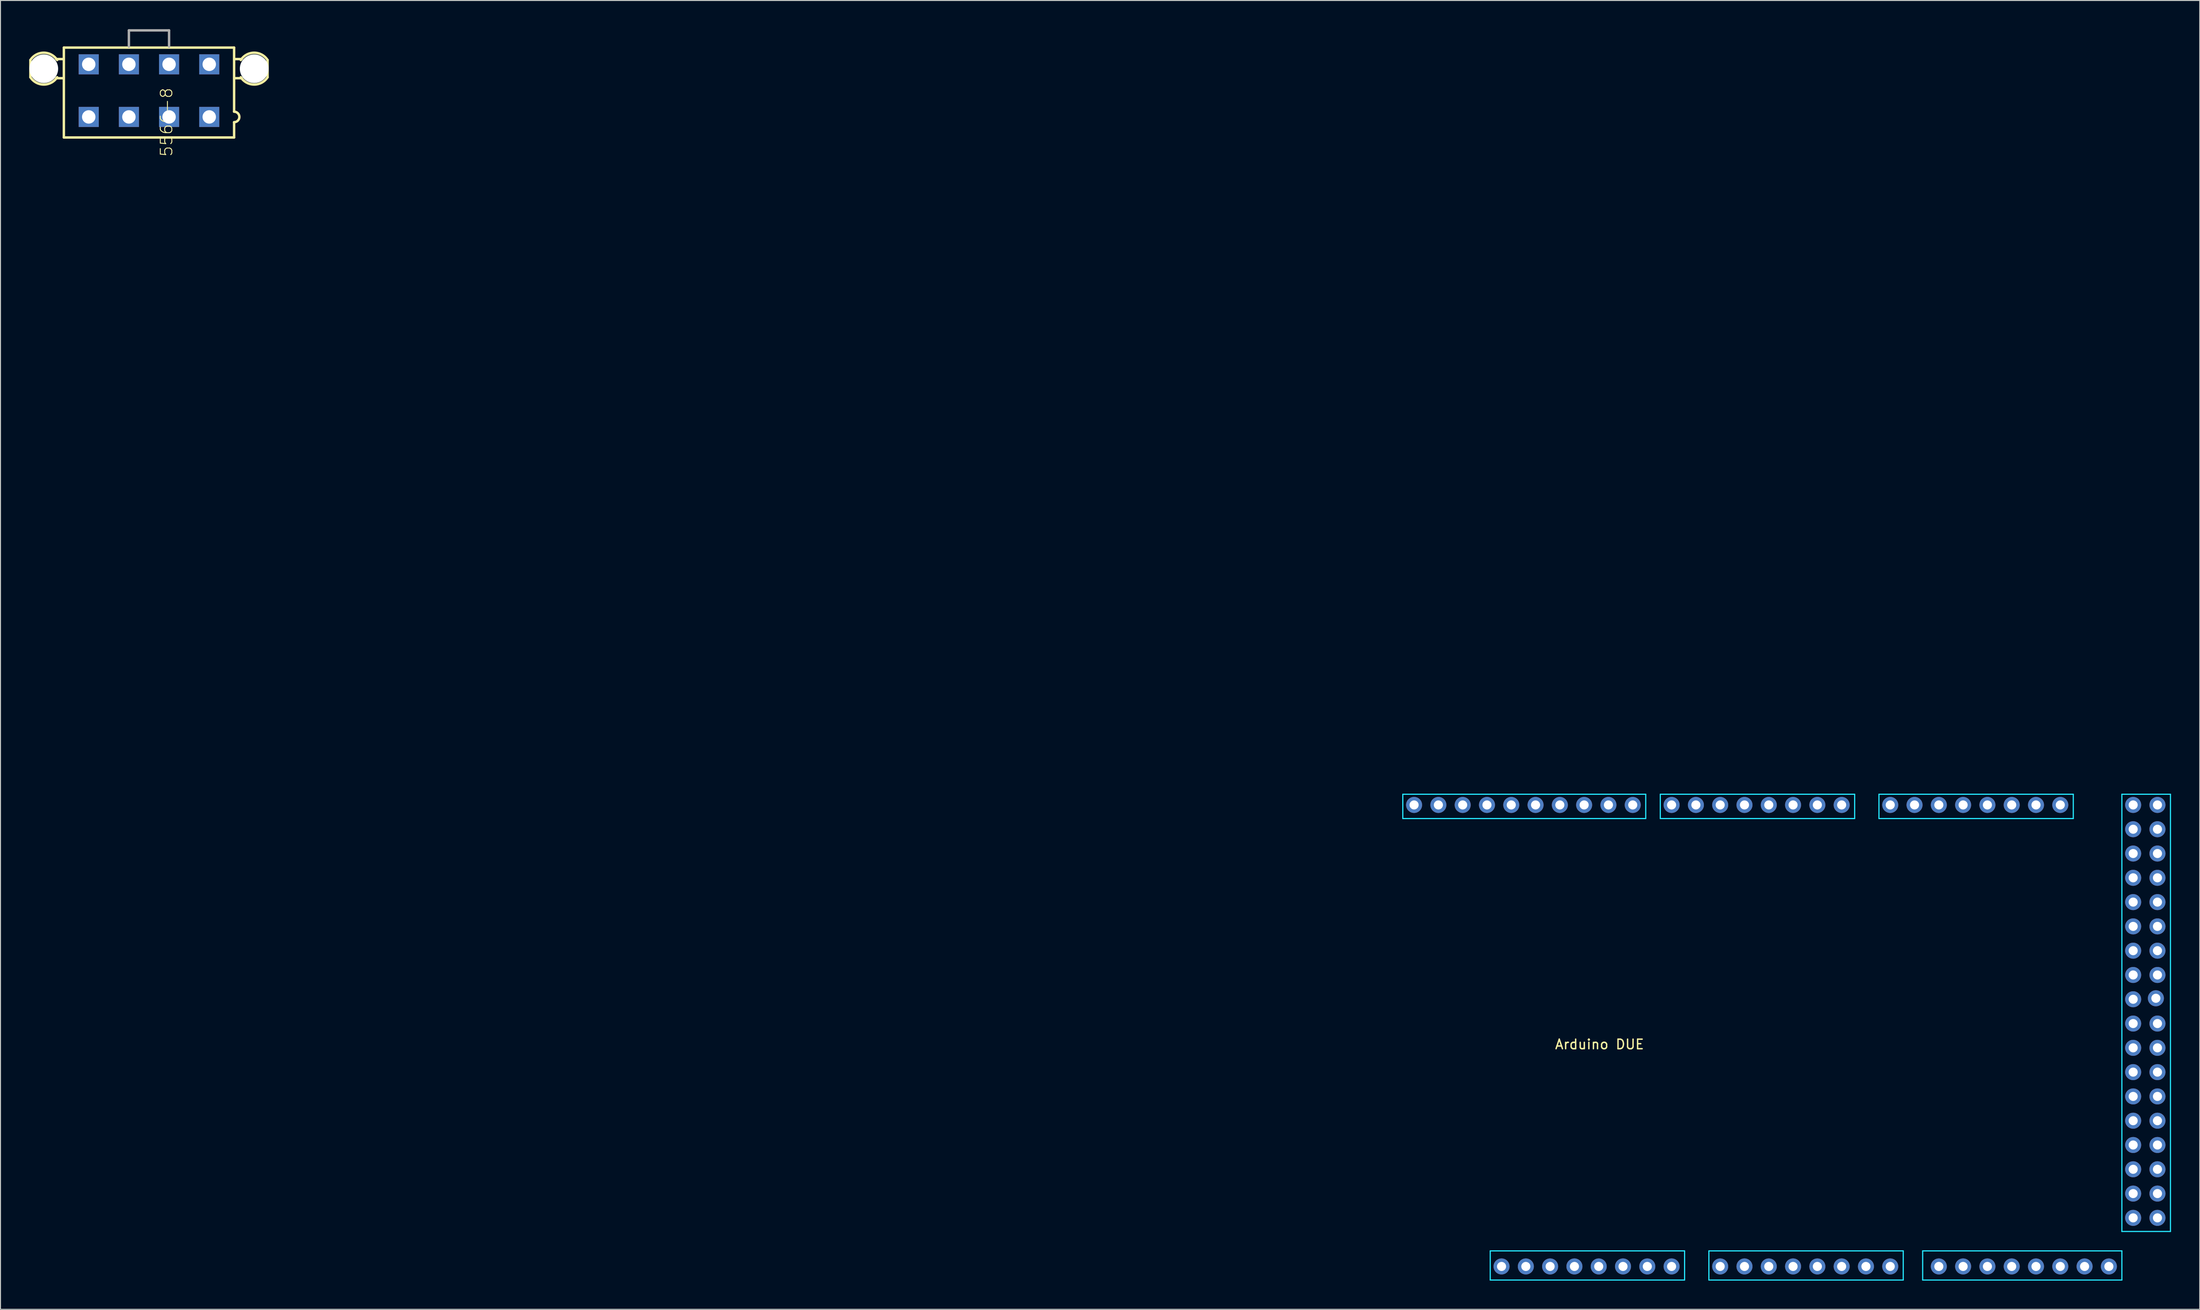
<source format=kicad_pcb>
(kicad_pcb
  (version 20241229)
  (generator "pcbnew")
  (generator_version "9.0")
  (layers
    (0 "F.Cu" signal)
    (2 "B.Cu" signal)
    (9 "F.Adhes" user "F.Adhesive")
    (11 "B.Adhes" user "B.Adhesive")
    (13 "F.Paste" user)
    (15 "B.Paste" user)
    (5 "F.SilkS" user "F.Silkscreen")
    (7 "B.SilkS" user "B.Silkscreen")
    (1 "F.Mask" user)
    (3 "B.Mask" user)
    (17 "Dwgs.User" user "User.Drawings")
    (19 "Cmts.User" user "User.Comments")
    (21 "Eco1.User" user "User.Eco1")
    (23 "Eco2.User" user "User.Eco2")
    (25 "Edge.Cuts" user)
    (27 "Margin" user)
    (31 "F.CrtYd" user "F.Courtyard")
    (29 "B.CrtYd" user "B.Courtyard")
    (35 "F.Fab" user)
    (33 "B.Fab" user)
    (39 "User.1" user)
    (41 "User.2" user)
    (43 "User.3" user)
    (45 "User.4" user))
  (footprint "Arduino DUE"
    (layer "F.Cu")
    (at 28.304 0.25)
    (property "Reference" "Arduino DUE" (at 135.89 105.91 0) (layer "F.SilkS") (effects (font (size 1 1) (thickness 0.15))))
    (attr through_hole)
    (fp_line (start 115.316 79.756) (end 140.716 79.756) (stroke (width 0.12) (type solid)) (layer "B.CrtYd"))
    (fp_line (start 115.316 82.296) (end 115.316 79.756) (stroke (width 0.12) (type solid)) (layer "B.CrtYd"))
    (fp_line (start 124.46 127.508) (end 144.78 127.508) (stroke (width 0.12) (type solid)) (layer "B.CrtYd"))
    (fp_line (start 124.46 130.556) (end 124.46 127.508) (stroke (width 0.12) (type solid)) (layer "B.CrtYd"))
    (fp_line (start 140.716 79.756) (end 140.716 82.296) (stroke (width 0.12) (type solid)) (layer "B.CrtYd"))
    (fp_line (start 140.716 82.296) (end 115.316 82.296) (stroke (width 0.12) (type solid)) (layer "B.CrtYd"))
    (fp_line (start 142.24 79.756) (end 162.56 79.756) (stroke (width 0.12) (type solid)) (layer "B.CrtYd"))
    (fp_line (start 142.24 82.296) (end 142.24 79.756) (stroke (width 0.12) (type solid)) (layer "B.CrtYd"))
    (fp_line (start 144.78 127.508) (end 144.78 130.556) (stroke (width 0.12) (type solid)) (layer "B.CrtYd"))
    (fp_line (start 144.78 130.556) (end 124.46 130.556) (stroke (width 0.12) (type solid)) (layer "B.CrtYd"))
    (fp_line (start 147.32 127.508) (end 167.64 127.508) (stroke (width 0.12) (type solid)) (layer "B.CrtYd"))
    (fp_line (start 147.32 130.556) (end 147.32 127.508) (stroke (width 0.12) (type solid)) (layer "B.CrtYd"))
    (fp_line (start 162.56 79.756) (end 162.56 82.296) (stroke (width 0.12) (type solid)) (layer "B.CrtYd"))
    (fp_line (start 162.56 82.296) (end 142.24 82.296) (stroke (width 0.12) (type solid)) (layer "B.CrtYd"))
    (fp_line (start 165.1 79.756) (end 165.1 82.296) (stroke (width 0.12) (type solid)) (layer "B.CrtYd"))
    (fp_line (start 165.1 82.296) (end 185.42 82.296) (stroke (width 0.12) (type solid)) (layer "B.CrtYd"))
    (fp_line (start 167.64 127.508) (end 167.64 130.556) (stroke (width 0.12) (type solid)) (layer "B.CrtYd"))
    (fp_line (start 167.64 130.556) (end 147.32 130.556) (stroke (width 0.12) (type solid)) (layer "B.CrtYd"))
    (fp_line (start 169.672 127.508) (end 190.5 127.508) (stroke (width 0.12) (type solid)) (layer "B.CrtYd"))
    (fp_line (start 169.672 130.556) (end 169.672 127.508) (stroke (width 0.12) (type solid)) (layer "B.CrtYd"))
    (fp_line (start 185.42 79.756) (end 165.1 79.756) (stroke (width 0.12) (type solid)) (layer "B.CrtYd"))
    (fp_line (start 185.42 82.296) (end 185.42 79.756) (stroke (width 0.12) (type solid)) (layer "B.CrtYd"))
    (fp_line (start 190.5 79.756) (end 190.5 125.476) (stroke (width 0.12) (type solid)) (layer "B.CrtYd"))
    (fp_line (start 190.5 125.476) (end 195.58 125.476) (stroke (width 0.12) (type solid)) (layer "B.CrtYd"))
    (fp_line (start 190.5 127.508) (end 190.5 130.556) (stroke (width 0.12) (type solid)) (layer "B.CrtYd"))
    (fp_line (start 190.5 130.556) (end 169.672 130.556) (stroke (width 0.12) (type solid)) (layer "B.CrtYd"))
    (fp_line (start 195.58 79.756) (end 190.5 79.756) (stroke (width 0.12) (type solid)) (layer "B.CrtYd"))
    (fp_line (start 195.58 125.476) (end 195.58 79.756) (stroke (width 0.12) (type solid)) (layer "B.CrtYd"))
    (pad "1" thru_hole circle (at 125.641 129.134 90) (size 1.676 1.676) (drill 0.95) (layers "*.Cu" "*.Mask"))
    (pad "1" thru_hole circle (at 139.357 80.874 90) (size 1.676 1.676) (drill 0.95) (layers "*.Cu" "*.Mask"))
    (pad "1" thru_hole circle (at 148.501 129.134 90) (size 1.676 1.676) (drill 0.95) (layers "*.Cu" "*.Mask"))
    (pad "1" thru_hole circle (at 161.201 80.874 90) (size 1.676 1.676) (drill 0.95) (layers "*.Cu" "*.Mask"))
    (pad "1" thru_hole circle (at 166.281 80.874 90) (size 1.676 1.676) (drill 0.95) (layers "*.Cu" "*.Mask"))
    (pad "1" thru_hole circle (at 171.361 129.134 90) (size 1.676 1.676) (drill 0.95) (layers "*.Cu" "*.Mask"))
    (pad "1" thru_hole circle (at 191.681 80.874 90) (size 1.676 1.676) (drill 0.95) (layers "*.Cu" "*.Mask"))
    (pad "2" thru_hole circle (at 128.181 129.134 90) (size 1.676 1.676) (drill 0.95) (layers "*.Cu" "*.Mask"))
    (pad "2" thru_hole circle (at 136.817 80.874 90) (size 1.676 1.676) (drill 0.95) (layers "*.Cu" "*.Mask"))
    (pad "2" thru_hole circle (at 151.041 129.134 90) (size 1.676 1.676) (drill 0.95) (layers "*.Cu" "*.Mask"))
    (pad "2" thru_hole circle (at 158.661 80.874 90) (size 1.676 1.676) (drill 0.95) (layers "*.Cu" "*.Mask"))
    (pad "2" thru_hole circle (at 168.821 80.874 90) (size 1.676 1.676) (drill 0.95) (layers "*.Cu" "*.Mask"))
    (pad "2" thru_hole circle (at 173.901 129.134 90) (size 1.676 1.676) (drill 0.95) (layers "*.Cu" "*.Mask"))
    (pad "2" thru_hole circle (at 194.221 80.874 90) (size 1.676 1.676) (drill 0.95) (layers "*.Cu" "*.Mask"))
    (pad "3" thru_hole circle (at 130.721 129.134 90) (size 1.676 1.676) (drill 0.95) (layers "*.Cu" "*.Mask"))
    (pad "3" thru_hole circle (at 134.277 80.874 90) (size 1.676 1.676) (drill 0.95) (layers "*.Cu" "*.Mask"))
    (pad "3" thru_hole circle (at 153.581 129.134 90) (size 1.676 1.676) (drill 0.95) (layers "*.Cu" "*.Mask"))
    (pad "3" thru_hole circle (at 156.121 80.874 90) (size 1.676 1.676) (drill 0.95) (layers "*.Cu" "*.Mask"))
    (pad "3" thru_hole circle (at 171.361 80.874 90) (size 1.676 1.676) (drill 0.95) (layers "*.Cu" "*.Mask"))
    (pad "3" thru_hole circle (at 176.441 129.134 90) (size 1.676 1.676) (drill 0.95) (layers "*.Cu" "*.Mask"))
    (pad "3" thru_hole circle (at 191.681 83.414 90) (size 1.676 1.676) (drill 0.95) (layers "*.Cu" "*.Mask"))
    (pad "4" thru_hole circle (at 131.737 80.874 90) (size 1.676 1.676) (drill 0.95) (layers "*.Cu" "*.Mask"))
    (pad "4" thru_hole circle (at 133.261 129.134 90) (size 1.676 1.676) (drill 0.95) (layers "*.Cu" "*.Mask"))
    (pad "4" thru_hole circle (at 153.581 80.874 90) (size 1.676 1.676) (drill 0.95) (layers "*.Cu" "*.Mask"))
    (pad "4" thru_hole circle (at 156.121 129.134 90) (size 1.676 1.676) (drill 0.95) (layers "*.Cu" "*.Mask"))
    (pad "4" thru_hole circle (at 173.901 80.874 90) (size 1.676 1.676) (drill 0.95) (layers "*.Cu" "*.Mask"))
    (pad "4" thru_hole circle (at 178.981 129.134 90) (size 1.676 1.676) (drill 0.95) (layers "*.Cu" "*.Mask"))
    (pad "4" thru_hole circle (at 194.221 83.414 90) (size 1.676 1.676) (drill 0.95) (layers "*.Cu" "*.Mask"))
    (pad "5" thru_hole circle (at 129.197 80.874 90) (size 1.676 1.676) (drill 0.95) (layers "*.Cu" "*.Mask"))
    (pad "5" thru_hole circle (at 135.801 129.134 90) (size 1.676 1.676) (drill 0.95) (layers "*.Cu" "*.Mask"))
    (pad "5" thru_hole circle (at 151.041 80.874 90) (size 1.676 1.676) (drill 0.95) (layers "*.Cu" "*.Mask"))
    (pad "5" thru_hole circle (at 158.661 129.134 90) (size 1.676 1.676) (drill 0.95) (layers "*.Cu" "*.Mask"))
    (pad "5" thru_hole circle (at 176.441 80.874 90) (size 1.676 1.676) (drill 0.95) (layers "*.Cu" "*.Mask"))
    (pad "5" thru_hole circle (at 181.521 129.134 90) (size 1.676 1.676) (drill 0.95) (layers "*.Cu" "*.Mask"))
    (pad "5" thru_hole circle (at 191.681 85.954 90) (size 1.676 1.676) (drill 0.95) (layers "*.Cu" "*.Mask"))
    (pad "6" thru_hole circle (at 126.657 80.874 90) (size 1.676 1.676) (drill 0.95) (layers "*.Cu" "*.Mask"))
    (pad "6" thru_hole circle (at 138.341 129.134 90) (size 1.676 1.676) (drill 0.95) (layers "*.Cu" "*.Mask"))
    (pad "6" thru_hole circle (at 148.501 80.874 90) (size 1.676 1.676) (drill 0.95) (layers "*.Cu" "*.Mask"))
    (pad "6" thru_hole circle (at 161.201 129.134 90) (size 1.676 1.676) (drill 0.95) (layers "*.Cu" "*.Mask"))
    (pad "6" thru_hole circle (at 178.981 80.874 90) (size 1.676 1.676) (drill 0.95) (layers "*.Cu" "*.Mask"))
    (pad "6" thru_hole circle (at 184.061 129.134 90) (size 1.676 1.676) (drill 0.95) (layers "*.Cu" "*.Mask"))
    (pad "6" thru_hole circle (at 194.221 85.954 90) (size 1.676 1.676) (drill 0.95) (layers "*.Cu" "*.Mask"))
    (pad "7" thru_hole circle (at 124.117 80.874 90) (size 1.676 1.676) (drill 0.95) (layers "*.Cu" "*.Mask"))
    (pad "7" thru_hole circle (at 140.881 129.134 90) (size 1.676 1.676) (drill 0.95) (layers "*.Cu" "*.Mask"))
    (pad "7" thru_hole circle (at 145.961 80.874 90) (size 1.676 1.676) (drill 0.95) (layers "*.Cu" "*.Mask"))
    (pad "7" thru_hole circle (at 163.741 129.134 90) (size 1.676 1.676) (drill 0.95) (layers "*.Cu" "*.Mask"))
    (pad "7" thru_hole circle (at 181.521 80.874 90) (size 1.676 1.676) (drill 0.95) (layers "*.Cu" "*.Mask"))
    (pad "7" thru_hole circle (at 186.601 129.134 90) (size 1.676 1.676) (drill 0.95) (layers "*.Cu" "*.Mask"))
    (pad "7" thru_hole circle (at 191.681 88.494 90) (size 1.676 1.676) (drill 0.95) (layers "*.Cu" "*.Mask"))
    (pad "8" thru_hole circle (at 121.577 80.874 90) (size 1.676 1.676) (drill 0.95) (layers "*.Cu" "*.Mask"))
    (pad "8" thru_hole circle (at 143.421 80.874 90) (size 1.676 1.676) (drill 0.95) (layers "*.Cu" "*.Mask"))
    (pad "8" thru_hole circle (at 143.421 129.134 90) (size 1.676 1.676) (drill 0.95) (layers "*.Cu" "*.Mask"))
    (pad "8" thru_hole circle (at 166.281 129.134 90) (size 1.676 1.676) (drill 0.95) (layers "*.Cu" "*.Mask"))
    (pad "8" thru_hole circle (at 184.061 80.874 90) (size 1.676 1.676) (drill 0.95) (layers "*.Cu" "*.Mask"))
    (pad "8" thru_hole circle (at 189.141 129.134 90) (size 1.676 1.676) (drill 0.95) (layers "*.Cu" "*.Mask"))
    (pad "8" thru_hole circle (at 194.221 88.494 90) (size 1.676 1.676) (drill 0.95) (layers "*.Cu" "*.Mask"))
    (pad "9" thru_hole circle (at 119.037 80.874 90) (size 1.676 1.676) (drill 0.95) (layers "*.Cu" "*.Mask"))
    (pad "9" thru_hole circle (at 191.681 91.034 90) (size 1.676 1.676) (drill 0.95) (layers "*.Cu" "*.Mask"))
    (pad "10" thru_hole circle (at 116.497 80.874 90) (size 1.676 1.676) (drill 0.95) (layers "*.Cu" "*.Mask"))
    (pad "10" thru_hole circle (at 194.221 91.034 90) (size 1.676 1.676) (drill 0.95) (layers "*.Cu" "*.Mask"))
    (pad "11" thru_hole circle (at 191.681 93.574 90) (size 1.676 1.676) (drill 0.95) (layers "*.Cu" "*.Mask"))
    (pad "12" thru_hole circle (at 194.221 93.574 90) (size 1.676 1.676) (drill 0.95) (layers "*.Cu" "*.Mask"))
    (pad "13" thru_hole circle (at 191.681 96.114 90) (size 1.676 1.676) (drill 0.95) (layers "*.Cu" "*.Mask"))
    (pad "14" thru_hole circle (at 194.221 96.114 90) (size 1.676 1.676) (drill 0.95) (layers "*.Cu" "*.Mask"))
    (pad "15" thru_hole circle (at 191.681 98.654 90) (size 1.676 1.676) (drill 0.95) (layers "*.Cu" "*.Mask"))
    (pad "16" thru_hole circle (at 194.221 98.654 90) (size 1.676 1.676) (drill 0.95) (layers "*.Cu" "*.Mask"))
    (pad "17" thru_hole circle (at 191.681 101.194 90) (size 1.676 1.676) (drill 0.95) (layers "*.Cu" "*.Mask"))
    (pad "18" thru_hole circle (at 194.056 101.092 90) (size 1.676 1.676) (drill 0.95) (layers "*.Cu" "*.Mask"))
    (pad "19" thru_hole circle (at 191.681 103.734 90) (size 1.676 1.676) (drill 0.95) (layers "*.Cu" "*.Mask"))
    (pad "20" thru_hole circle (at 194.221 103.734 90) (size 1.676 1.676) (drill 0.95) (layers "*.Cu" "*.Mask"))
    (pad "21" thru_hole circle (at 191.681 106.274 90) (size 1.676 1.676) (drill 0.95) (layers "*.Cu" "*.Mask"))
    (pad "22" thru_hole circle (at 194.221 106.274 90) (size 1.676 1.676) (drill 0.95) (layers "*.Cu" "*.Mask"))
    (pad "23" thru_hole circle (at 191.681 108.814 90) (size 1.676 1.676) (drill 0.95) (layers "*.Cu" "*.Mask"))
    (pad "24" thru_hole circle (at 194.221 108.814 90) (size 1.676 1.676) (drill 0.95) (layers "*.Cu" "*.Mask"))
    (pad "25" thru_hole circle (at 191.681 111.354 90) (size 1.676 1.676) (drill 0.95) (layers "*.Cu" "*.Mask"))
    (pad "26" thru_hole circle (at 194.221 111.354 90) (size 1.676 1.676) (drill 0.95) (layers "*.Cu" "*.Mask"))
    (pad "27" thru_hole circle (at 191.681 113.894 90) (size 1.676 1.676) (drill 0.95) (layers "*.Cu" "*.Mask"))
    (pad "28" thru_hole circle (at 194.221 113.894 90) (size 1.676 1.676) (drill 0.95) (layers "*.Cu" "*.Mask"))
    (pad "29" thru_hole circle (at 191.681 116.434 90) (size 1.676 1.676) (drill 0.95) (layers "*.Cu" "*.Mask"))
    (pad "30" thru_hole circle (at 194.221 116.434 90) (size 1.676 1.676) (drill 0.95) (layers "*.Cu" "*.Mask"))
    (pad "31" thru_hole circle (at 191.681 118.974 90) (size 1.676 1.676) (drill 0.95) (layers "*.Cu" "*.Mask"))
    (pad "32" thru_hole circle (at 194.221 118.974 90) (size 1.676 1.676) (drill 0.95) (layers "*.Cu" "*.Mask"))
    (pad "33" thru_hole circle (at 191.681 121.514 90) (size 1.676 1.676) (drill 0.95) (layers "*.Cu" "*.Mask"))
    (pad "34" thru_hole circle (at 194.221 121.514 90) (size 1.676 1.676) (drill 0.95) (layers "*.Cu" "*.Mask"))
    (pad "35" thru_hole circle (at 191.681 124.054 90) (size 1.676 1.676) (drill 0.95) (layers "*.Cu" "*.Mask"))
    (pad "36" thru_hole circle (at 194.221 124.054 90) (size 1.676 1.676) (drill 0.95) (layers "*.Cu" "*.Mask")))
  (footprint "5566-8"
    (layer "F.Cu")
    (at 12.527 6.427)
    (property "Reference" "5566-8" (at 2.54 6.985 90) (layer "F.SilkS") (effects (font (size 1.206 1.206) (thickness 0.097)) (justify left bottom)))
    (attr through_hole)
    (fp_line (start -12.4 -3.2) (end -12.4 -1.4) (stroke (width 0.254) (type solid)) (layer "F.SilkS"))
    (fp_line (start -9.7 -3.3) (end -9 -3.3) (stroke (width 0.254) (type solid)) (layer "F.SilkS"))
    (fp_line (start -9.7 -1.3) (end -9 -1.3) (stroke (width 0.254) (type solid)) (layer "F.SilkS"))
    (fp_line (start -8.9 -4.5) (end 8.9 -4.5) (stroke (width 0.254) (type solid)) (layer "F.SilkS"))
    (fp_line (start -8.9 4.9) (end -8.9 -4.5) (stroke (width 0.254) (type solid)) (layer "F.SilkS"))
    (fp_line (start 8.9 -4.5) (end 8.9 2.2) (stroke (width 0.254) (type solid)) (layer "F.SilkS"))
    (fp_line (start 8.9 3.3) (end 8.9 4.9) (stroke (width 0.254) (type solid)) (layer "F.SilkS"))
    (fp_line (start 8.9 4.9) (end -8.9 4.9) (stroke (width 0.254) (type solid)) (layer "F.SilkS"))
    (fp_line (start 9.7 -3.3) (end 9 -3.3) (stroke (width 0.254) (type solid)) (layer "F.SilkS"))
    (fp_line (start 9.7 -1.3) (end 9 -1.3) (stroke (width 0.254) (type solid)) (layer "F.SilkS"))
    (fp_line (start 12.4 -1.4) (end 12.4 -3.2) (stroke (width 0.254) (type solid)) (layer "F.SilkS"))
    (fp_arc (start -12.4 -3.2) (mid -10.999999 -3.964331) (end -9.599999 -3.199999) (stroke (width 0.254) (type solid)) (layer "F.SilkS"))
    (fp_arc (start -9.6 -1.4) (mid -11 -0.635668) (end -12.4 -1.4) (stroke (width 0.254) (type solid)) (layer "F.SilkS"))
    (fp_arc (start 8.9 2.2) (mid 9.45 2.75) (end 8.9 3.3) (stroke (width 0.254) (type solid)) (layer "F.SilkS"))
    (fp_arc (start 9.6 -3.2) (mid 11.000001 -3.964331) (end 12.400001 -3.199999) (stroke (width 0.254) (type solid)) (layer "F.SilkS"))
    (fp_arc (start 12.4 -1.4) (mid 11 -0.635668) (end 9.6 -1.4) (stroke (width 0.254) (type solid)) (layer "F.SilkS"))
    (fp_line (start -2.1 -6.3) (end -2.1 -4.6) (stroke (width 0.254) (type solid)) (layer "F.Fab"))
    (fp_line (start -2.1 -6.3) (end 2.1 -6.3) (stroke (width 0.254) (type solid)) (layer "F.Fab"))
    (fp_line (start 2.1 -6.3) (end 2.1 -4.6) (stroke (width 0.254) (type solid)) (layer "F.Fab"))
    (pad "" np_thru_hole circle (at -11 -2.29) (size 3 3) (drill 3) (layers "*.Cu" "*.Mask"))
    (pad "" np_thru_hole circle (at 11 -2.29) (size 3 3) (drill 3) (layers "*.Cu" "*.Mask"))
    (pad "1" thru_hole rect (at 6.3 2.75) (size 2.1 2.1) (drill 1.4) (layers "*.Cu" "*.Mask"))
    (pad "2" thru_hole rect (at 2.1 2.75) (size 2.1 2.1) (drill 1.4) (layers "*.Cu" "*.Mask"))
    (pad "3" thru_hole rect (at -2.1 2.75) (size 2.1 2.1) (drill 1.4) (layers "*.Cu" "*.Mask"))
    (pad "4" thru_hole rect (at -6.3 2.75) (size 2.1 2.1) (drill 1.4) (layers "*.Cu" "*.Mask"))
    (pad "5" thru_hole rect (at 6.3 -2.75) (size 2.1 2.1) (drill 1.4) (layers "*.Cu" "*.Mask"))
    (pad "6" thru_hole rect (at 2.1 -2.75) (size 2.1 2.1) (drill 1.4) (layers "*.Cu" "*.Mask"))
    (pad "7" thru_hole rect (at -2.1 -2.75) (size 2.1 2.1) (drill 1.4) (layers "*.Cu" "*.Mask"))
    (pad "8" thru_hole rect (at -6.3 -2.75) (size 2.1 2.1) (drill 1.4) (layers "*.Cu" "*.Mask")))
  (gr_rect
    (start -3 -3)
    (end 226.944 133.866)
    (stroke (width 0.1) (type default))
    (fill no)
    (layer "Edge.Cuts")))
</source>
